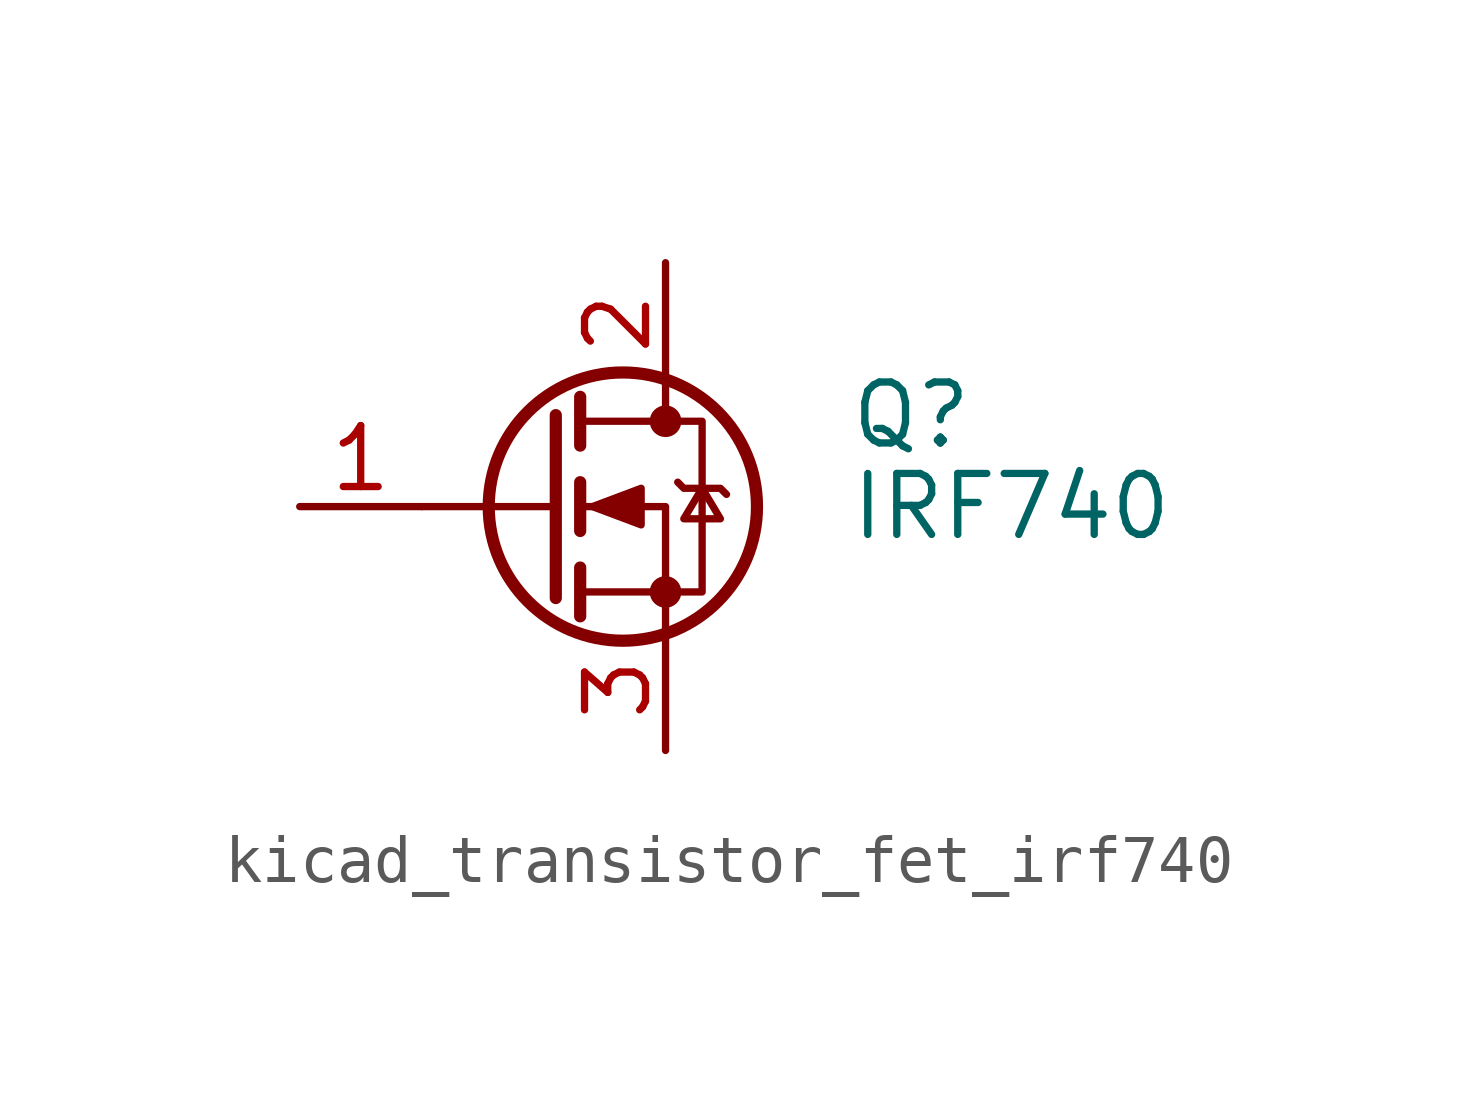
<source format=kicad_sym>
(kicad_symbol_lib
  (version 20220914)
  (generator kicad_symbol_editor)
  (symbol "kicad_transistor_fet_irf740"
    (pin_names hide)
    (property "Reference" "Q"
      (at 6.35 1.905 0)
      (effects (font (size 1.27 1.27)) (justify left)))
    (property "Value" "IRF740"
      (at 6.35 0 0)
      (effects (font (size 1.27 1.27)) (justify left)))
    (symbol "kicad_transistor_fet_irf740_0_1"
      (polyline (pts (xy 0.254 0) (xy -2.54 0)) (stroke (width 0) (type default)) (fill (type none)))
      (polyline (pts (xy 0.254 1.905) (xy 0.254 -1.905)) (stroke (width 0.254) (type default)) (fill (type none)))
      (polyline (pts (xy 0.762 -1.27) (xy 0.762 -2.286)) (stroke (width 0.254) (type default)) (fill (type none)))
      (polyline (pts (xy 0.762 0.508) (xy 0.762 -0.508)) (stroke (width 0.254) (type default)) (fill (type none)))
      (polyline (pts (xy 0.762 2.286) (xy 0.762 1.27)) (stroke (width 0.254) (type default)) (fill (type none)))
      (polyline (pts (xy 2.54 2.54) (xy 2.54 1.778)) (stroke (width 0) (type default)) (fill (type none)))
      (polyline (pts (xy 2.54 -2.54) (xy 2.54 0) (xy 0.762 0)) (stroke (width 0) (type default)) (fill (type none)))
      (polyline (pts (xy 0.762 -1.778) (xy 3.302 -1.778) (xy 3.302 1.778) (xy 0.762 1.778)) (stroke (width 0) (type default)) (fill (type none)))
      (polyline (pts (xy 1.016 0) (xy 2.032 0.381) (xy 2.032 -0.381) (xy 1.016 0)) (stroke (width 0) (type default)) (fill (type outline)))
      (polyline (pts (xy 2.794 0.508) (xy 2.921 0.381) (xy 3.683 0.381) (xy 3.81 0.254)) (stroke (width 0) (type default)) (fill (type none)))
      (polyline (pts (xy 3.302 0.381) (xy 2.921 -0.254) (xy 3.683 -0.254) (xy 3.302 0.381)) (stroke (width 0) (type default)) (fill (type none)))
      (circle (center 1.651 0) (radius 2.794) (stroke (width 0.254) (type default)) (fill (type none)))
      (circle (center 2.54 -1.778) (radius 0.254) (stroke (width 0) (type default)) (fill (type outline)))
      (circle (center 2.54 1.778) (radius 0.254) (stroke (width 0) (type default)) (fill (type outline))))
    (symbol "kicad_transistor_fet_irf740_1_1"
      (pin input line (at -5.08 0 0) (length 2.54) (name "G" (effects (font (size 1.27 1.27)))) (number "1" (effects (font (size 1.27 1.27)))))
      (pin passive line (at 2.54 5.08 270) (length 2.54) (name "D" (effects (font (size 1.27 1.27)))) (number "2" (effects (font (size 1.27 1.27)))))
      (pin passive line (at 2.54 -5.08 90) (length 2.54) (name "S" (effects (font (size 1.27 1.27)))) (number "3" (effects (font (size 1.27 1.27))))))))
</source>
